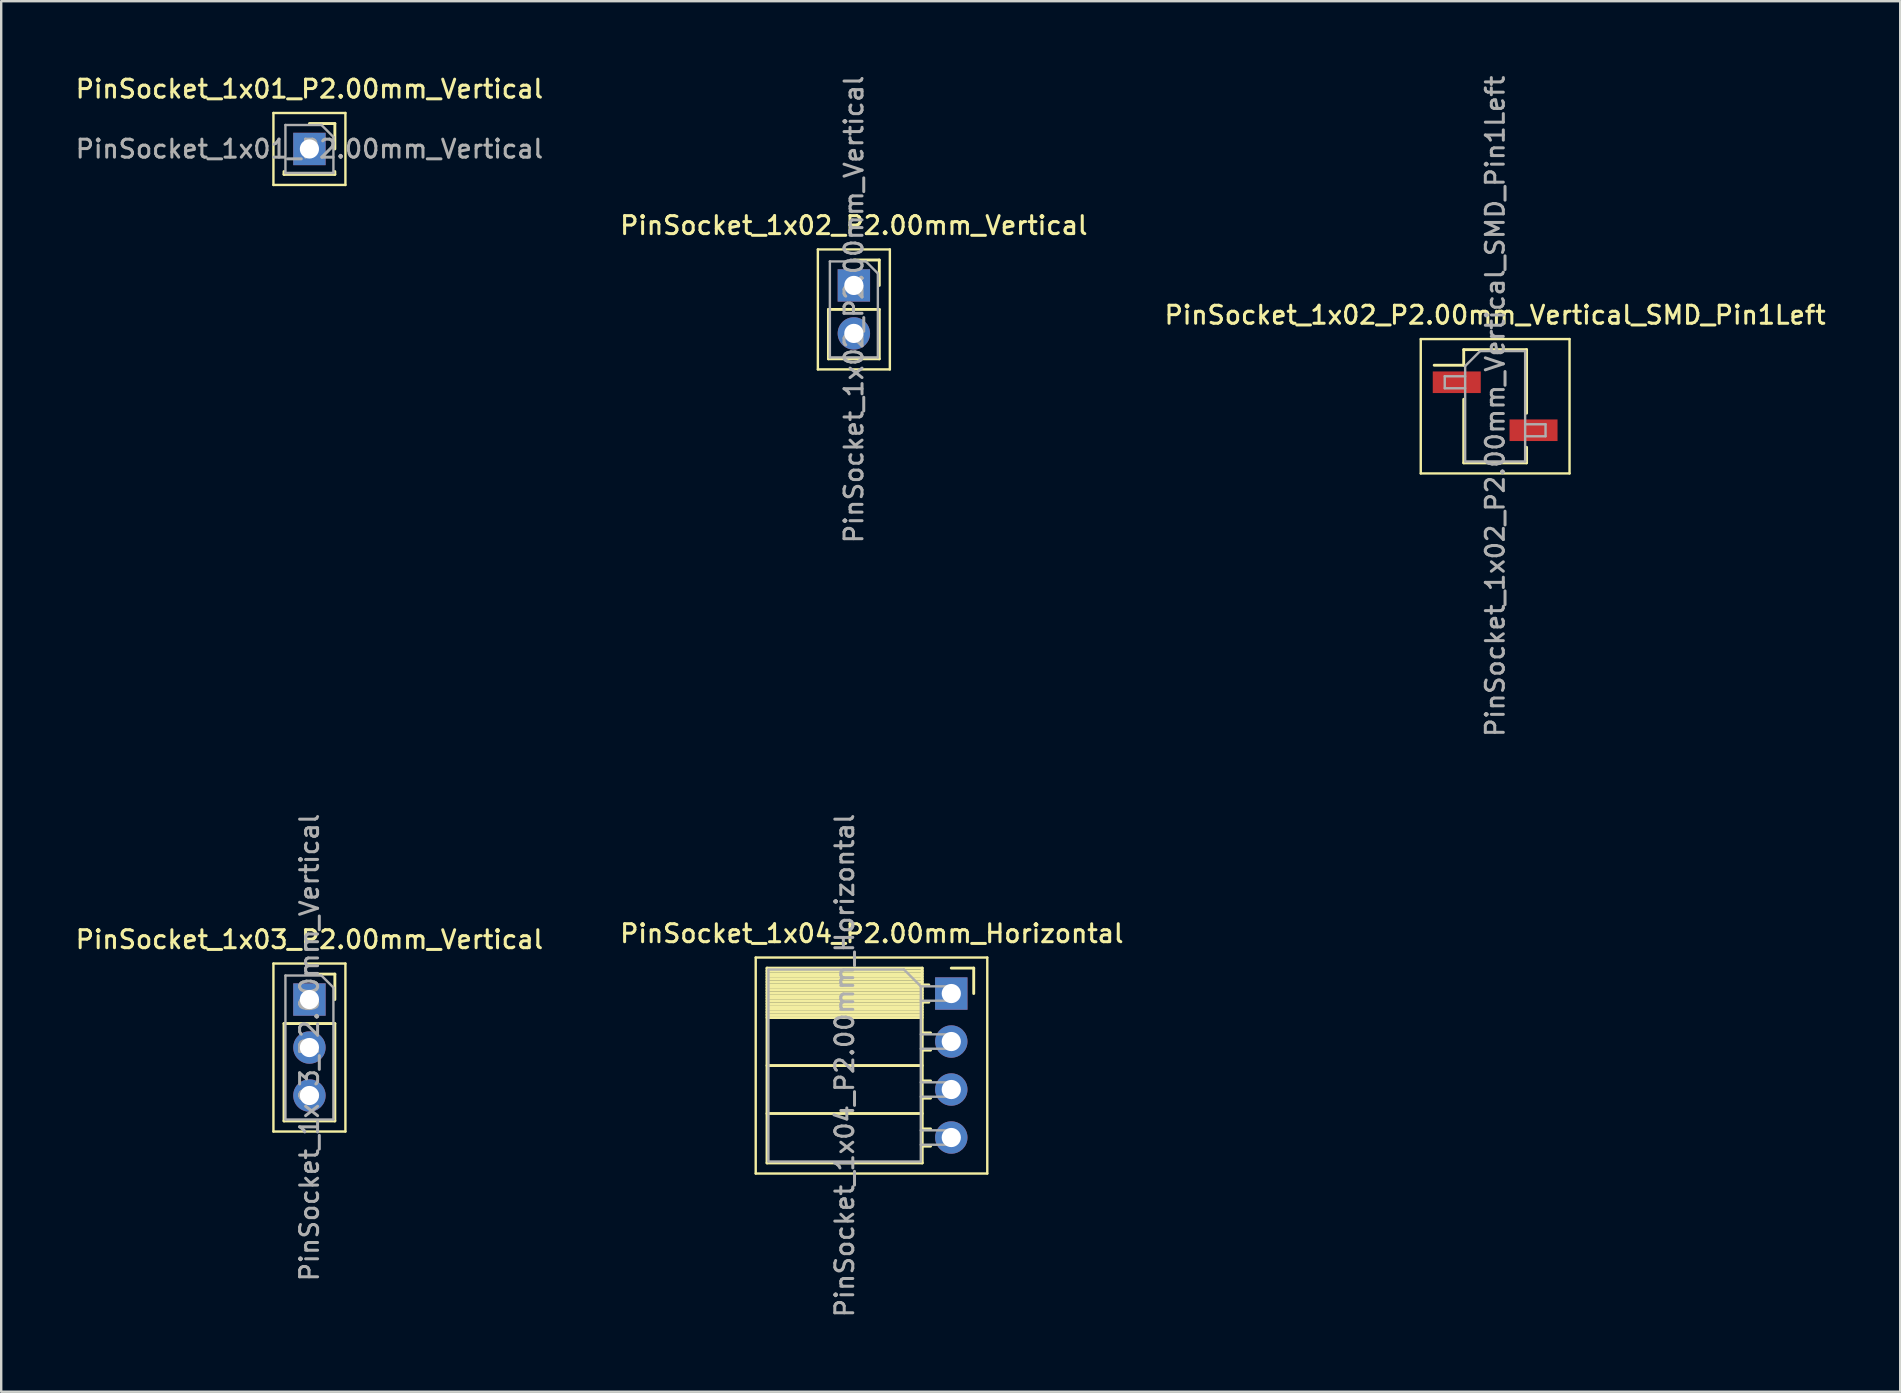
<source format=kicad_pcb>
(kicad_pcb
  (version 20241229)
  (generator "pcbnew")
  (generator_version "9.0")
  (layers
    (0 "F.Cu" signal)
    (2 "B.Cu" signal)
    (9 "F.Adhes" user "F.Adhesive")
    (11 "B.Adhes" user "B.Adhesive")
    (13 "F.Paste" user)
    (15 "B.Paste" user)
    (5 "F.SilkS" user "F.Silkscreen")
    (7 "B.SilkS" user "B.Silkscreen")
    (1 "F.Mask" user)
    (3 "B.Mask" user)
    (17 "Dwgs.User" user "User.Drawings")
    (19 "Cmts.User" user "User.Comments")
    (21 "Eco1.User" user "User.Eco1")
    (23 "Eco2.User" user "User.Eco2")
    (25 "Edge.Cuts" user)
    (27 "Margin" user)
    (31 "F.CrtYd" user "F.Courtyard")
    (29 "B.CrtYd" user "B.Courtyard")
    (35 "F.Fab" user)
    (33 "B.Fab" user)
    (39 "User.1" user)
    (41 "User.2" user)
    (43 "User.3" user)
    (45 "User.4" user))
  (footprint "PinSocket_1x01_P2.00mm_Vertical"
    (layer "F.Cu")
    (at 9.845 3.158)
    (property "Reference" "PinSocket_1x01_P2.00mm_Vertical" (at 0 -2.5 0) (layer "F.SilkS") (effects (font (size 0.75 0.75) (thickness 0.125))))
    (attr through_hole)
    (fp_line (start -1.5 -1.5) (end 1.5 -1.5) (stroke (width 0.1) (type solid)) (layer "F.SilkS"))
    (fp_line (start -1.5 1.5) (end -1.5 -1.5) (stroke (width 0.1) (type solid)) (layer "F.SilkS"))
    (fp_line (start -1.06 0.94) (end -1.06 1.06) (stroke (width 0.12) (type solid)) (layer "F.SilkS"))
    (fp_line (start -1.06 1.06) (end 1.06 1.06) (stroke (width 0.12) (type solid)) (layer "F.SilkS"))
    (fp_line (start 0 -1.06) (end 1.06 -1.06) (stroke (width 0.12) (type solid)) (layer "F.SilkS"))
    (fp_line (start 1.06 -1.06) (end 1.06 0) (stroke (width 0.12) (type solid)) (layer "F.SilkS"))
    (fp_line (start 1.06 0.94) (end 1.06 1.06) (stroke (width 0.12) (type solid)) (layer "F.SilkS"))
    (fp_line (start 1.5 -1.5) (end 1.5 1.5) (stroke (width 0.1) (type solid)) (layer "F.SilkS"))
    (fp_line (start 1.5 1.5) (end -1.5 1.5) (stroke (width 0.1) (type solid)) (layer "F.SilkS"))
    (fp_line (start -1 -1) (end 0.5 -1) (stroke (width 0.1) (type solid)) (layer "F.Fab"))
    (fp_line (start -1 1) (end -1 -1) (stroke (width 0.1) (type solid)) (layer "F.Fab"))
    (fp_line (start 0.5 -1) (end 1 -0.5) (stroke (width 0.1) (type solid)) (layer "F.Fab"))
    (fp_line (start 1 -0.5) (end 1 1) (stroke (width 0.1) (type solid)) (layer "F.Fab"))
    (fp_line (start 1 1) (end -1 1) (stroke (width 0.1) (type solid)) (layer "F.Fab"))
    (fp_text user "${REFERENCE}" (at 0 0 0) (layer "F.Fab") (effects (font (size 0.75 0.75) (thickness 0.125))))
    (pad "1" thru_hole rect (at 0 0) (size 1.35 1.35) (drill 0.8) (layers "*.Cu" "*.Mask")))
  (footprint "PinSocket_1x04_P2.00mm_Horizontal"
    (layer "F.Cu")
    (at 36.594 38.355)
    (property "Reference" "PinSocket_1x04_P2.00mm_Horizontal" (at -3.31 -2.5 0) (layer "F.SilkS") (effects (font (size 0.75 0.75) (thickness 0.125))))
    (attr through_hole)
    (fp_line (start -8.15 -1.5) (end -8.15 7.5) (stroke (width 0.1) (type solid)) (layer "F.SilkS"))
    (fp_line (start -8.15 7.5) (end 1.5 7.5) (stroke (width 0.1) (type solid)) (layer "F.SilkS"))
    (fp_line (start -7.68 -1.06) (end -7.68 7.06) (stroke (width 0.12) (type solid)) (layer "F.SilkS"))
    (fp_line (start -7.68 -1.06) (end -1.21 -1.06) (stroke (width 0.12) (type solid)) (layer "F.SilkS"))
    (fp_line (start -7.68 -0.94) (end -1.21 -0.94) (stroke (width 0.12) (type solid)) (layer "F.SilkS"))
    (fp_line (start -7.68 -0.826) (end -1.21 -0.826) (stroke (width 0.12) (type solid)) (layer "F.SilkS"))
    (fp_line (start -7.68 -0.712) (end -1.21 -0.712) (stroke (width 0.12) (type solid)) (layer "F.SilkS"))
    (fp_line (start -7.68 -0.598) (end -1.21 -0.598) (stroke (width 0.12) (type solid)) (layer "F.SilkS"))
    (fp_line (start -7.68 -0.484) (end -1.21 -0.484) (stroke (width 0.12) (type solid)) (layer "F.SilkS"))
    (fp_line (start -7.68 -0.369) (end -1.21 -0.369) (stroke (width 0.12) (type solid)) (layer "F.SilkS"))
    (fp_line (start -7.68 -0.255) (end -1.21 -0.255) (stroke (width 0.12) (type solid)) (layer "F.SilkS"))
    (fp_line (start -7.68 -0.141) (end -1.21 -0.141) (stroke (width 0.12) (type solid)) (layer "F.SilkS"))
    (fp_line (start -7.68 -0.027) (end -1.21 -0.027) (stroke (width 0.12) (type solid)) (layer "F.SilkS"))
    (fp_line (start -7.68 0.087) (end -1.21 0.087) (stroke (width 0.12) (type solid)) (layer "F.SilkS"))
    (fp_line (start -7.68 0.201) (end -1.21 0.201) (stroke (width 0.12) (type solid)) (layer "F.SilkS"))
    (fp_line (start -7.68 0.315) (end -1.21 0.315) (stroke (width 0.12) (type solid)) (layer "F.SilkS"))
    (fp_line (start -7.68 0.429) (end -1.21 0.429) (stroke (width 0.12) (type solid)) (layer "F.SilkS"))
    (fp_line (start -7.68 0.544) (end -1.21 0.544) (stroke (width 0.12) (type solid)) (layer "F.SilkS"))
    (fp_line (start -7.68 0.658) (end -1.21 0.658) (stroke (width 0.12) (type solid)) (layer "F.SilkS"))
    (fp_line (start -7.68 0.772) (end -1.21 0.772) (stroke (width 0.12) (type solid)) (layer "F.SilkS"))
    (fp_line (start -7.68 0.886) (end -1.21 0.886) (stroke (width 0.12) (type solid)) (layer "F.SilkS"))
    (fp_line (start -7.68 1) (end -1.21 1) (stroke (width 0.12) (type solid)) (layer "F.SilkS"))
    (fp_line (start -7.68 3) (end -1.21 3) (stroke (width 0.12) (type solid)) (layer "F.SilkS"))
    (fp_line (start -7.68 5) (end -1.21 5) (stroke (width 0.12) (type solid)) (layer "F.SilkS"))
    (fp_line (start -7.68 7.06) (end -1.21 7.06) (stroke (width 0.12) (type solid)) (layer "F.SilkS"))
    (fp_line (start -1.21 -1.06) (end -1.21 7.06) (stroke (width 0.12) (type solid)) (layer "F.SilkS"))
    (fp_line (start -1.21 -0.36) (end -0.935 -0.36) (stroke (width 0.12) (type solid)) (layer "F.SilkS"))
    (fp_line (start -1.21 0.36) (end -0.935 0.36) (stroke (width 0.12) (type solid)) (layer "F.SilkS"))
    (fp_line (start -1.21 1.64) (end -0.863 1.64) (stroke (width 0.12) (type solid)) (layer "F.SilkS"))
    (fp_line (start -1.21 2.36) (end -0.863 2.36) (stroke (width 0.12) (type solid)) (layer "F.SilkS"))
    (fp_line (start -1.21 3.64) (end -0.863 3.64) (stroke (width 0.12) (type solid)) (layer "F.SilkS"))
    (fp_line (start -1.21 4.36) (end -0.863 4.36) (stroke (width 0.12) (type solid)) (layer "F.SilkS"))
    (fp_line (start -1.21 5.64) (end -0.863 5.64) (stroke (width 0.12) (type solid)) (layer "F.SilkS"))
    (fp_line (start -1.21 6.36) (end -0.863 6.36) (stroke (width 0.12) (type solid)) (layer "F.SilkS"))
    (fp_line (start 0 -1.06) (end 0.935 -1.06) (stroke (width 0.12) (type solid)) (layer "F.SilkS"))
    (fp_line (start 0.935 -1.06) (end 0.935 0) (stroke (width 0.12) (type solid)) (layer "F.SilkS"))
    (fp_line (start 1.5 -1.5) (end -8.15 -1.5) (stroke (width 0.1) (type solid)) (layer "F.SilkS"))
    (fp_line (start 1.5 7.5) (end 1.5 -1.5) (stroke (width 0.1) (type solid)) (layer "F.SilkS"))
    (fp_line (start -7.62 -1) (end -1.97 -1) (stroke (width 0.1) (type solid)) (layer "F.Fab"))
    (fp_line (start -7.62 7) (end -7.62 -1) (stroke (width 0.1) (type solid)) (layer "F.Fab"))
    (fp_line (start -1.97 -1) (end -1.27 -0.3) (stroke (width 0.1) (type solid)) (layer "F.Fab"))
    (fp_line (start -1.27 -0.3) (end -1.27 7) (stroke (width 0.1) (type solid)) (layer "F.Fab"))
    (fp_line (start -1.27 0.3) (end 0 0.3) (stroke (width 0.1) (type solid)) (layer "F.Fab"))
    (fp_line (start -1.27 2.3) (end 0 2.3) (stroke (width 0.1) (type solid)) (layer "F.Fab"))
    (fp_line (start -1.27 4.3) (end 0 4.3) (stroke (width 0.1) (type solid)) (layer "F.Fab"))
    (fp_line (start -1.27 6.3) (end 0 6.3) (stroke (width 0.1) (type solid)) (layer "F.Fab"))
    (fp_line (start -1.27 7) (end -7.62 7) (stroke (width 0.1) (type solid)) (layer "F.Fab"))
    (fp_line (start 0 -0.3) (end -1.27 -0.3) (stroke (width 0.1) (type solid)) (layer "F.Fab"))
    (fp_line (start 0 0.3) (end 0 -0.3) (stroke (width 0.1) (type solid)) (layer "F.Fab"))
    (fp_line (start 0 1.7) (end -1.27 1.7) (stroke (width 0.1) (type solid)) (layer "F.Fab"))
    (fp_line (start 0 2.3) (end 0 1.7) (stroke (width 0.1) (type solid)) (layer "F.Fab"))
    (fp_line (start 0 3.7) (end -1.27 3.7) (stroke (width 0.1) (type solid)) (layer "F.Fab"))
    (fp_line (start 0 4.3) (end 0 3.7) (stroke (width 0.1) (type solid)) (layer "F.Fab"))
    (fp_line (start 0 5.7) (end -1.27 5.7) (stroke (width 0.1) (type solid)) (layer "F.Fab"))
    (fp_line (start 0 6.3) (end 0 5.7) (stroke (width 0.1) (type solid)) (layer "F.Fab"))
    (fp_text user "${REFERENCE}" (at -4.445 3 90) (layer "F.Fab") (effects (font (size 0.75 0.75) (thickness 0.125))))
    (pad "1" thru_hole rect (at 0 0) (size 1.35 1.35) (drill 0.8) (layers "*.Cu" "*.Mask"))
    (pad "2" thru_hole oval (at 0 2) (size 1.35 1.35) (drill 0.8) (layers "*.Cu" "*.Mask"))
    (pad "3" thru_hole oval (at 0 4) (size 1.35 1.35) (drill 0.8) (layers "*.Cu" "*.Mask"))
    (pad "4" thru_hole oval (at 0 6) (size 1.35 1.35) (drill 0.8) (layers "*.Cu" "*.Mask")))
  (footprint "PinSocket_1x03_P2.00mm_Vertical"
    (layer "F.Cu")
    (at 9.845 38.605)
    (property "Reference" "PinSocket_1x03_P2.00mm_Vertical" (at 0 -2.5 0) (layer "F.SilkS") (effects (font (size 0.75 0.75) (thickness 0.125))))
    (attr through_hole)
    (fp_line (start -1.5 -1.5) (end 1.5 -1.5) (stroke (width 0.1) (type solid)) (layer "F.SilkS"))
    (fp_line (start -1.5 5.5) (end -1.5 -1.5) (stroke (width 0.1) (type solid)) (layer "F.SilkS"))
    (fp_line (start -1.06 1) (end -1.06 5.06) (stroke (width 0.12) (type solid)) (layer "F.SilkS"))
    (fp_line (start -1.06 1) (end 1.06 1) (stroke (width 0.12) (type solid)) (layer "F.SilkS"))
    (fp_line (start -1.06 5.06) (end 1.06 5.06) (stroke (width 0.12) (type solid)) (layer "F.SilkS"))
    (fp_line (start 0 -1.06) (end 1.06 -1.06) (stroke (width 0.12) (type solid)) (layer "F.SilkS"))
    (fp_line (start 1.06 -1.06) (end 1.06 0) (stroke (width 0.12) (type solid)) (layer "F.SilkS"))
    (fp_line (start 1.06 1) (end 1.06 5.06) (stroke (width 0.12) (type solid)) (layer "F.SilkS"))
    (fp_line (start 1.5 -1.5) (end 1.5 5.5) (stroke (width 0.1) (type solid)) (layer "F.SilkS"))
    (fp_line (start 1.5 5.5) (end -1.5 5.5) (stroke (width 0.1) (type solid)) (layer "F.SilkS"))
    (fp_line (start -1 -1) (end 0.5 -1) (stroke (width 0.1) (type solid)) (layer "F.Fab"))
    (fp_line (start -1 5) (end -1 -1) (stroke (width 0.1) (type solid)) (layer "F.Fab"))
    (fp_line (start 0.5 -1) (end 1 -0.5) (stroke (width 0.1) (type solid)) (layer "F.Fab"))
    (fp_line (start 1 -0.5) (end 1 5) (stroke (width 0.1) (type solid)) (layer "F.Fab"))
    (fp_line (start 1 5) (end -1 5) (stroke (width 0.1) (type solid)) (layer "F.Fab"))
    (fp_text user "${REFERENCE}" (at 0 2 90) (layer "F.Fab") (effects (font (size 0.75 0.75) (thickness 0.125))))
    (pad "1" thru_hole rect (at 0 0) (size 1.35 1.35) (drill 0.8) (layers "*.Cu" "*.Mask"))
    (pad "2" thru_hole oval (at 0 2) (size 1.35 1.35) (drill 0.8) (layers "*.Cu" "*.Mask"))
    (pad "3" thru_hole oval (at 0 4) (size 1.35 1.35) (drill 0.8) (layers "*.Cu" "*.Mask")))
  (footprint "PinSocket_1x02_P2.00mm_Vertical_SMD_Pin1Left"
    (layer "F.Cu")
    (at 59.259 13.88)
    (property "Reference" "PinSocket_1x02_P2.00mm_Vertical_SMD_Pin1Left" (at 0 -3.8 0) (layer "F.SilkS") (effects (font (size 0.75 0.75) (thickness 0.125))))
    (attr smd)
    (fp_line (start -3.1 -2.8) (end 3.1 -2.8) (stroke (width 0.1) (type solid)) (layer "F.SilkS"))
    (fp_line (start -3.1 2.8) (end -3.1 -2.8) (stroke (width 0.1) (type solid)) (layer "F.SilkS"))
    (fp_line (start -2.54 -1.71) (end -1.31 -1.71) (stroke (width 0.12) (type solid)) (layer "F.SilkS"))
    (fp_line (start -1.31 -2.36) (end -1.31 -1.71) (stroke (width 0.12) (type solid)) (layer "F.SilkS"))
    (fp_line (start -1.31 -2.36) (end 1.31 -2.36) (stroke (width 0.12) (type solid)) (layer "F.SilkS"))
    (fp_line (start -1.31 -0.29) (end -1.31 2.36) (stroke (width 0.12) (type solid)) (layer "F.SilkS"))
    (fp_line (start -1.31 2.36) (end 1.31 2.36) (stroke (width 0.12) (type solid)) (layer "F.SilkS"))
    (fp_line (start 1.31 -2.36) (end 1.31 0.29) (stroke (width 0.12) (type solid)) (layer "F.SilkS"))
    (fp_line (start 1.31 1.71) (end 1.31 2.36) (stroke (width 0.12) (type solid)) (layer "F.SilkS"))
    (fp_line (start 3.1 -2.8) (end 3.1 2.8) (stroke (width 0.1) (type solid)) (layer "F.SilkS"))
    (fp_line (start 3.1 2.8) (end -3.1 2.8) (stroke (width 0.1) (type solid)) (layer "F.SilkS"))
    (fp_line (start -2.1 -1.25) (end -1.25 -1.25) (stroke (width 0.1) (type solid)) (layer "F.Fab"))
    (fp_line (start -2.1 -0.75) (end -2.1 -1.25) (stroke (width 0.1) (type solid)) (layer "F.Fab"))
    (fp_line (start -1.25 -1.675) (end -0.625 -2.3) (stroke (width 0.1) (type solid)) (layer "F.Fab"))
    (fp_line (start -1.25 -0.75) (end -2.1 -0.75) (stroke (width 0.1) (type solid)) (layer "F.Fab"))
    (fp_line (start -1.25 2.3) (end -1.25 -1.675) (stroke (width 0.1) (type solid)) (layer "F.Fab"))
    (fp_line (start -0.625 -2.3) (end 1.25 -2.3) (stroke (width 0.1) (type solid)) (layer "F.Fab"))
    (fp_line (start 1.25 -2.3) (end 1.25 2.3) (stroke (width 0.1) (type solid)) (layer "F.Fab"))
    (fp_line (start 1.25 0.75) (end 2.1 0.75) (stroke (width 0.1) (type solid)) (layer "F.Fab"))
    (fp_line (start 1.25 2.3) (end -1.25 2.3) (stroke (width 0.1) (type solid)) (layer "F.Fab"))
    (fp_line (start 2.1 0.75) (end 2.1 1.25) (stroke (width 0.1) (type solid)) (layer "F.Fab"))
    (fp_line (start 2.1 1.25) (end 1.25 1.25) (stroke (width 0.1) (type solid)) (layer "F.Fab"))
    (fp_text user "${REFERENCE}" (at 0 0 90) (layer "F.Fab") (effects (font (size 0.75 0.75) (thickness 0.125))))
    (pad "1" smd rect (at -1.6 -1) (size 2 0.9) (layers "F.Cu" "F.Mask" "F.Paste"))
    (pad "2" smd rect (at 1.6 1) (size 2 0.9) (layers "F.Cu" "F.Mask" "F.Paste")))
  (footprint "PinSocket_1x02_P2.00mm_Vertical"
    (layer "F.Cu")
    (at 32.534 8.845)
    (property "Reference" "PinSocket_1x02_P2.00mm_Vertical" (at 0 -2.5 0) (layer "F.SilkS") (effects (font (size 0.75 0.75) (thickness 0.125))))
    (attr through_hole)
    (fp_line (start -1.5 -1.5) (end 1.5 -1.5) (stroke (width 0.1) (type solid)) (layer "F.SilkS"))
    (fp_line (start -1.5 3.5) (end -1.5 -1.5) (stroke (width 0.1) (type solid)) (layer "F.SilkS"))
    (fp_line (start -1.06 1) (end -1.06 3.06) (stroke (width 0.12) (type solid)) (layer "F.SilkS"))
    (fp_line (start -1.06 1) (end 1.06 1) (stroke (width 0.12) (type solid)) (layer "F.SilkS"))
    (fp_line (start -1.06 3.06) (end 1.06 3.06) (stroke (width 0.12) (type solid)) (layer "F.SilkS"))
    (fp_line (start 0 -1.06) (end 1.06 -1.06) (stroke (width 0.12) (type solid)) (layer "F.SilkS"))
    (fp_line (start 1.06 -1.06) (end 1.06 0) (stroke (width 0.12) (type solid)) (layer "F.SilkS"))
    (fp_line (start 1.06 1) (end 1.06 3.06) (stroke (width 0.12) (type solid)) (layer "F.SilkS"))
    (fp_line (start 1.5 -1.5) (end 1.5 3.5) (stroke (width 0.1) (type solid)) (layer "F.SilkS"))
    (fp_line (start 1.5 3.5) (end -1.5 3.5) (stroke (width 0.1) (type solid)) (layer "F.SilkS"))
    (fp_line (start -1 -1) (end 0.5 -1) (stroke (width 0.1) (type solid)) (layer "F.Fab"))
    (fp_line (start -1 3) (end -1 -1) (stroke (width 0.1) (type solid)) (layer "F.Fab"))
    (fp_line (start 0.5 -1) (end 1 -0.5) (stroke (width 0.1) (type solid)) (layer "F.Fab"))
    (fp_line (start 1 -0.5) (end 1 3) (stroke (width 0.1) (type solid)) (layer "F.Fab"))
    (fp_line (start 1 3) (end -1 3) (stroke (width 0.1) (type solid)) (layer "F.Fab"))
    (fp_text user "${REFERENCE}" (at 0 1 90) (layer "F.Fab") (effects (font (size 0.75 0.75) (thickness 0.125))))
    (pad "1" thru_hole rect (at 0 0) (size 1.35 1.35) (drill 0.8) (layers "*.Cu" "*.Mask"))
    (pad "2" thru_hole oval (at 0 2) (size 1.35 1.35) (drill 0.8) (layers "*.Cu" "*.Mask")))
  (gr_rect
    (start -3 -3)
    (end 76.139 54.95)
    (stroke (width 0.1) (type default))
    (fill no)
    (layer "Edge.Cuts")))
</source>
